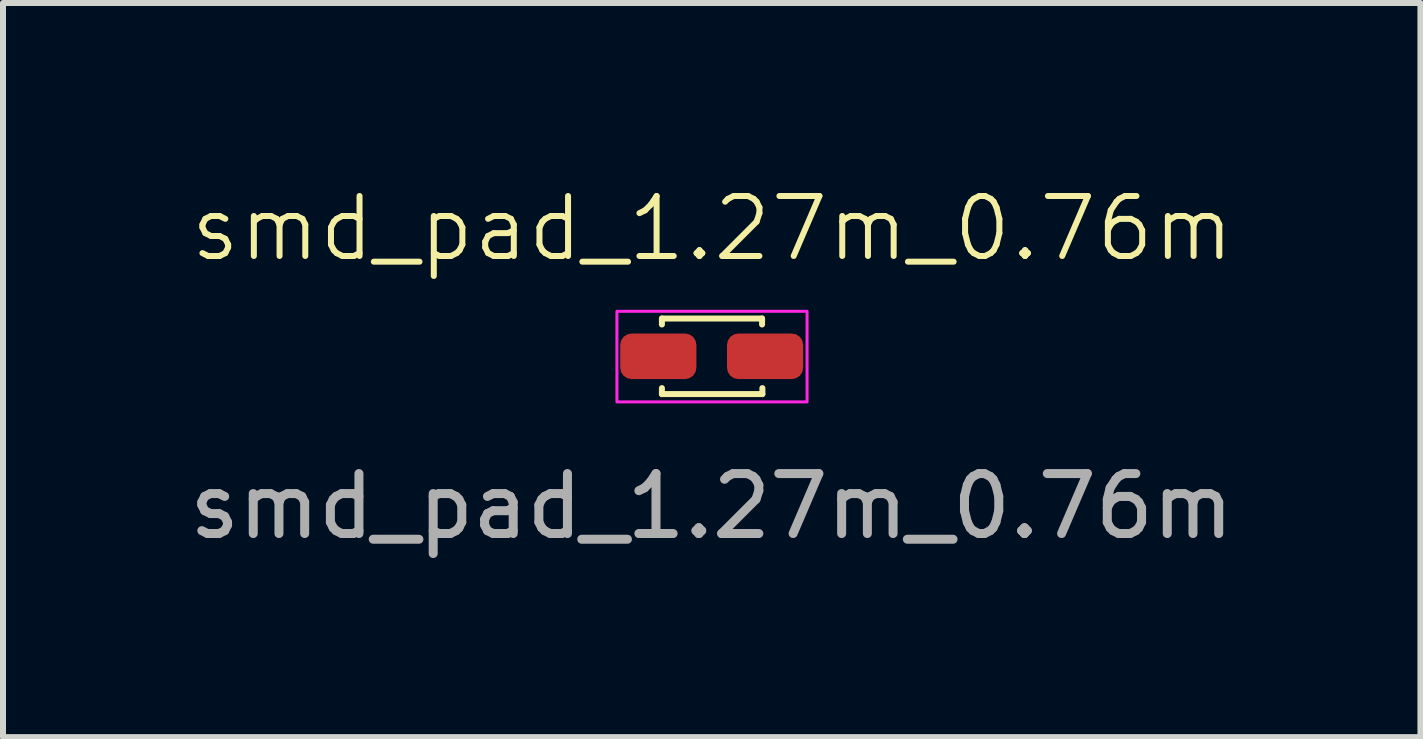
<source format=kicad_pcb>
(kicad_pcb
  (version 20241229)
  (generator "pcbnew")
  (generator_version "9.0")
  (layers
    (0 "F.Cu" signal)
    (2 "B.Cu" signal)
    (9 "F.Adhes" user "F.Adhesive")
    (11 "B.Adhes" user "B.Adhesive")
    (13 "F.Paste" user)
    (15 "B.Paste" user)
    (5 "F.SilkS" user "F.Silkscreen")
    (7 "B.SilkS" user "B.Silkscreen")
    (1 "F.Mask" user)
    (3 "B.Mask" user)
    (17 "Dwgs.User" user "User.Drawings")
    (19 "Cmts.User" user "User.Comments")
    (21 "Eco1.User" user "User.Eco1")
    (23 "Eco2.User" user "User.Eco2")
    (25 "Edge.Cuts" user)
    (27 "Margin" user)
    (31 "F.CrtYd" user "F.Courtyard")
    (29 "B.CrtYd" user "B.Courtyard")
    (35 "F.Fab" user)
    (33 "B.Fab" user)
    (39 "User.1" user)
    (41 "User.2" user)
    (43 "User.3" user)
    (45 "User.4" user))
  (footprint "smd_pad_1.27m_0.76m"
    (layer "F.Cu")
    (at 8.815 2.89)
    (property "Reference" "smd_pad_1.27m_0.76m" (at 0.01 -2.13 0) (unlocked yes) (layer "F.SilkS") (effects (font (size 1 1) (thickness 0.1))))
    (attr smd)
    (fp_line (start -0.83 -0.63) (end -0.83 -0.53) (stroke (width 0.1) (type default)) (layer "F.SilkS"))
    (fp_line (start -0.83 -0.63) (end 0.84 -0.63) (stroke (width 0.1) (type default)) (layer "F.SilkS"))
    (fp_line (start -0.83 0.63) (end -0.83 0.53) (stroke (width 0.1) (type default)) (layer "F.SilkS"))
    (fp_line (start -0.83 0.63) (end 0.845 0.63) (stroke (width 0.1) (type default)) (layer "F.SilkS"))
    (fp_line (start 0.84 -0.63) (end 0.84 -0.53) (stroke (width 0.1) (type default)) (layer "F.SilkS"))
    (fp_line (start 0.845 0.63) (end 0.845 0.53) (stroke (width 0.1) (type default)) (layer "F.SilkS"))
    (fp_rect (start -1.58 -0.75) (end 1.59 0.76) (stroke (width 0.05) (type default)) (fill no) (layer "F.CrtYd"))
    (fp_text user "${REFERENCE}" (at 0 2.5 0) (unlocked yes) (layer "F.Fab") (effects (font (size 1 1) (thickness 0.15))))
    (pad "1" smd roundrect (at -0.89 0) (size 1.27 0.76) (layers "F.Cu" "F.Mask" "F.Paste") (roundrect_rratio 0.25))
    (pad "2" smd roundrect (at 0.89 0) (size 1.27 0.76) (layers "F.Cu" "F.Mask" "F.Paste") (roundrect_rratio 0.25)))
  (gr_rect
    (start -3 -3)
    (end 20.631 9.239)
    (stroke (width 0.1) (type default))
    (fill no)
    (layer "Edge.Cuts")))
</source>
